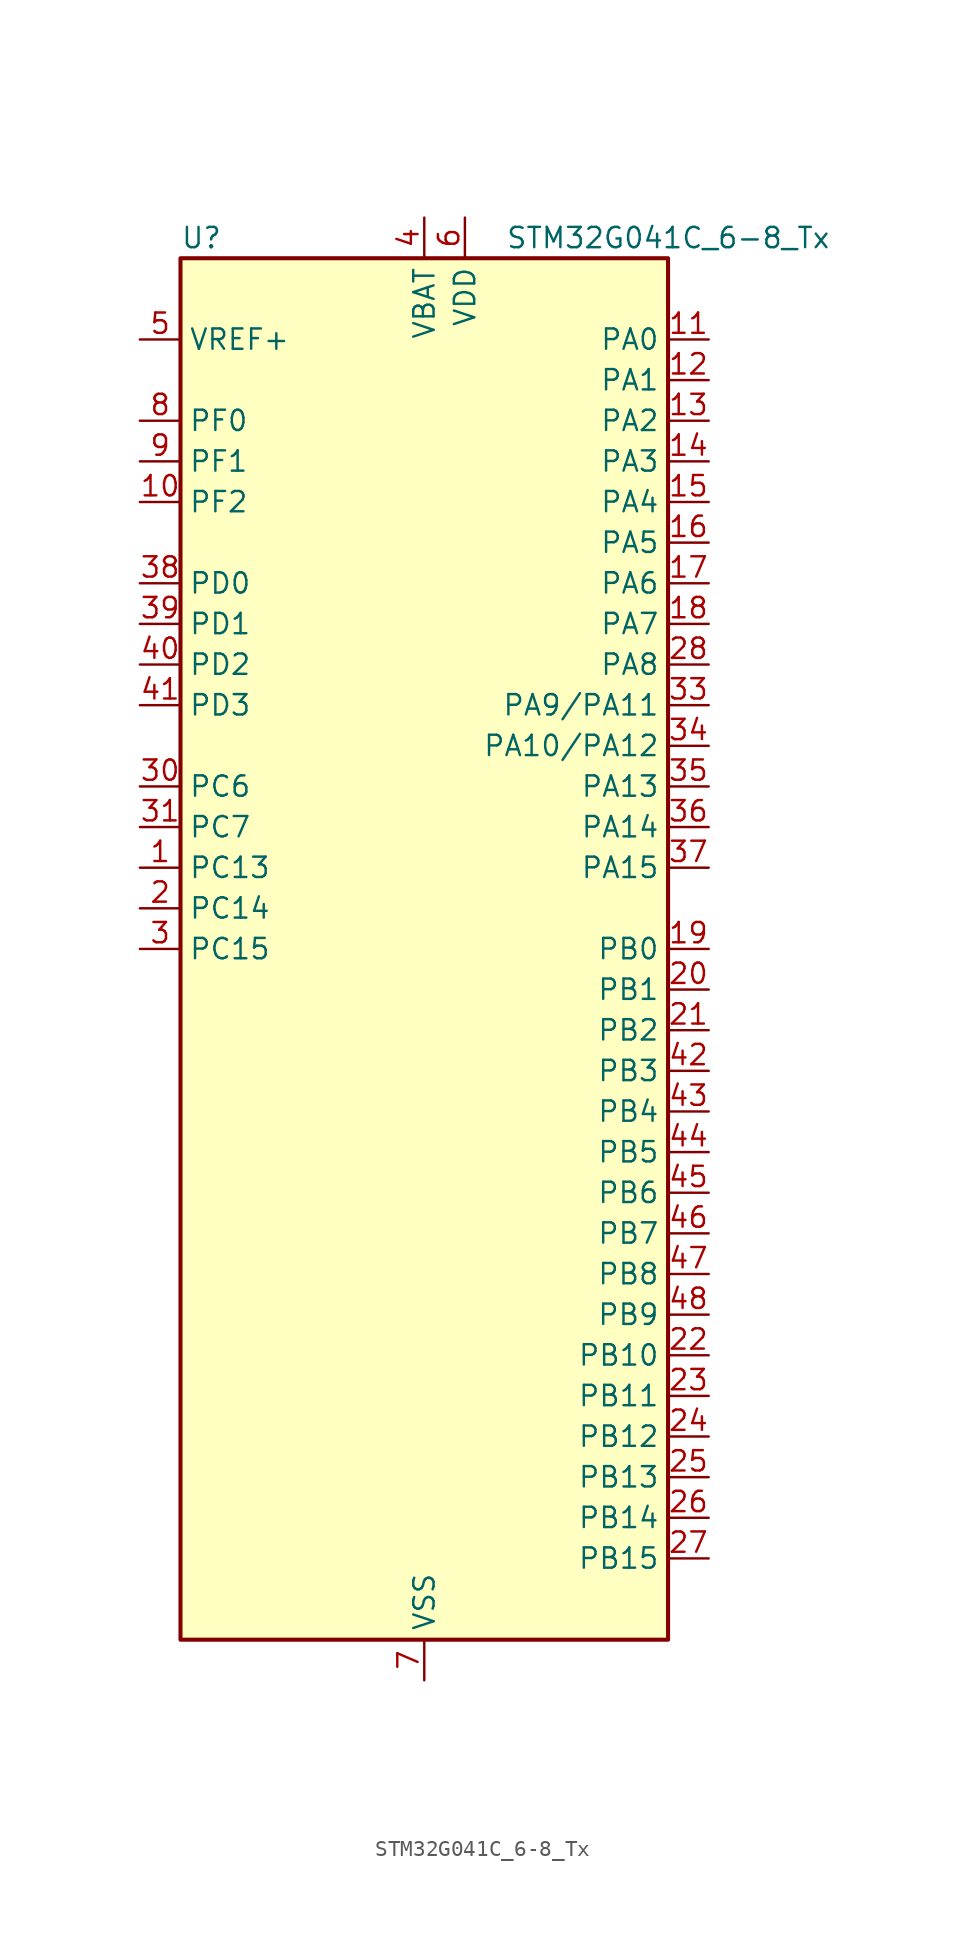
<source format=kicad_sym>
(kicad_symbol_lib
  (version 20241209)
  (generator "kicad_symbol_editor")
  (generator_version "9.0")
  (symbol "STM32G041C_6-8_Tx"
    (property "Reference" "U"
      (at -15.24 44.45 0)
      (effects (font (size 1.27 1.27)) (justify left)))
    (property "Value" "STM32G041C_6-8_Tx"
      (at 5.08 44.45 0)
      (effects (font (size 1.27 1.27)) (justify left)))
    (symbol "STM32G041C_6-8_Tx_0_1"
      (rectangle (start -15.24 -43.18) (end 15.24 43.18) (stroke (width 0.254) (type default)) (fill (type background))))
    (symbol "STM32G041C_6-8_Tx_1_1"
      (pin input line (at -17.78 38.1 0) (length 2.54) (name "VREF+" (effects (font (size 1.27 1.27)))) (number "5" (effects (font (size 1.27 1.27)))) (alternate "VREFBUF_OUT" bidirectional line))
      (pin bidirectional line (at -17.78 33.02 0) (length 2.54) (name "PF0" (effects (font (size 1.27 1.27)))) (number "8" (effects (font (size 1.27 1.27)))) (alternate "RCC_OSC_IN" bidirectional line) (alternate "TIM14_CH1" bidirectional line))
      (pin bidirectional line (at -17.78 30.48 0) (length 2.54) (name "PF1" (effects (font (size 1.27 1.27)))) (number "9" (effects (font (size 1.27 1.27)))) (alternate "RCC_OSC_EN" bidirectional line) (alternate "RCC_OSC_OUT" bidirectional line))
      (pin bidirectional line (at -17.78 27.94 0) (length 2.54) (name "PF2" (effects (font (size 1.27 1.27)))) (number "10" (effects (font (size 1.27 1.27)))) (alternate "RCC_MCO" bidirectional line))
      (pin bidirectional line (at -17.78 22.86 0) (length 2.54) (name "PD0" (effects (font (size 1.27 1.27)))) (number "38" (effects (font (size 1.27 1.27)))) (alternate "SPI2_NSS" bidirectional line) (alternate "TIM16_CH1" bidirectional line))
      (pin bidirectional line (at -17.78 20.32 0) (length 2.54) (name "PD1" (effects (font (size 1.27 1.27)))) (number "39" (effects (font (size 1.27 1.27)))) (alternate "SPI2_SCK" bidirectional line) (alternate "TIM17_CH1" bidirectional line))
      (pin bidirectional line (at -17.78 17.78 0) (length 2.54) (name "PD2" (effects (font (size 1.27 1.27)))) (number "40" (effects (font (size 1.27 1.27)))) (alternate "TIM1_CH1N" bidirectional line) (alternate "TIM3_ETR" bidirectional line))
      (pin bidirectional line (at -17.78 15.24 0) (length 2.54) (name "PD3" (effects (font (size 1.27 1.27)))) (number "41" (effects (font (size 1.27 1.27)))) (alternate "SPI2_MISO" bidirectional line) (alternate "TIM1_CH2N" bidirectional line) (alternate "USART2_CTS" bidirectional line) (alternate "USART2_NSS" bidirectional line))
      (pin bidirectional line (at -17.78 10.16 0) (length 2.54) (name "PC6" (effects (font (size 1.27 1.27)))) (number "30" (effects (font (size 1.27 1.27)))) (alternate "TIM2_CH3" bidirectional line) (alternate "TIM3_CH1" bidirectional line))
      (pin bidirectional line (at -17.78 7.62 0) (length 2.54) (name "PC7" (effects (font (size 1.27 1.27)))) (number "31" (effects (font (size 1.27 1.27)))) (alternate "TIM2_CH4" bidirectional line) (alternate "TIM3_CH2" bidirectional line))
      (pin bidirectional line (at -17.78 5.08 0) (length 2.54) (name "PC13" (effects (font (size 1.27 1.27)))) (number "1" (effects (font (size 1.27 1.27)))) (alternate "RTC_OUT_ALARM" bidirectional line) (alternate "RTC_OUT_CALIB" bidirectional line) (alternate "RTC_TAMP_IN1" bidirectional line) (alternate "RTC_TS" bidirectional line) (alternate "SYS_WKUP2" bidirectional line) (alternate "TIM1_BK" bidirectional line))
      (pin bidirectional line (at -17.78 2.54 0) (length 2.54) (name "PC14" (effects (font (size 1.27 1.27)))) (number "2" (effects (font (size 1.27 1.27)))) (alternate "RCC_OSC32_IN" bidirectional line) (alternate "TIM1_BK2" bidirectional line))
      (pin bidirectional line (at -17.78 0 0) (length 2.54) (name "PC15" (effects (font (size 1.27 1.27)))) (number "3" (effects (font (size 1.27 1.27)))) (alternate "RCC_OSC32_EN" bidirectional line) (alternate "RCC_OSC32_OUT" bidirectional line) (alternate "RCC_OSC_EN" bidirectional line))
      (pin no_connect line (at -15.24 -40.64 0) (length 2.54) (hide yes) (name "NC/PA10" (effects (font (size 1.27 1.27)))) (number "32" (effects (font (size 1.27 1.27)))) (alternate "I2C1_SDA (PA10)" bidirectional line) (alternate "NC" bidirectional line) (alternate "PA10" bidirectional line) (alternate "SPI2_MOSI (PA10)" bidirectional line) (alternate "TIM17_BK (PA10)" bidirectional line) (alternate "TIM1_CH3 (PA10)" bidirectional line) (alternate "USART1_RX (PA10)" bidirectional line))
      (pin no_connect line (at -15.24 -43.18 0) (length 2.54) (hide yes) (name "NC/PA9" (effects (font (size 1.27 1.27)))) (number "29" (effects (font (size 1.27 1.27)))) (alternate "I2C1_SCL (PA9)" bidirectional line) (alternate "NC" bidirectional line) (alternate "PA9" bidirectional line) (alternate "RCC_MCO (PA9)" bidirectional line) (alternate "SPI2_MISO (PA9)" bidirectional line) (alternate "TIM1_CH2 (PA9)" bidirectional line) (alternate "USART1_TX (PA9)" bidirectional line))
      (pin power_in line (at 0 45.72 270) (length 2.54) (name "VBAT" (effects (font (size 1.27 1.27)))) (number "4" (effects (font (size 1.27 1.27)))))
      (pin power_in line (at 0 -45.72 90) (length 2.54) (name "VSS" (effects (font (size 1.27 1.27)))) (number "7" (effects (font (size 1.27 1.27)))))
      (pin power_in line (at 2.54 45.72 270) (length 2.54) (name "VDD" (effects (font (size 1.27 1.27)))) (number "6" (effects (font (size 1.27 1.27)))))
      (pin bidirectional line (at 17.78 38.1 180) (length 2.54) (name "PA0" (effects (font (size 1.27 1.27)))) (number "11" (effects (font (size 1.27 1.27)))) (alternate "ADC1_IN0" bidirectional line) (alternate "LPTIM1_OUT" bidirectional line) (alternate "RTC_TAMP_IN2" bidirectional line) (alternate "SPI2_SCK" bidirectional line) (alternate "SYS_WKUP1" bidirectional line) (alternate "TIM2_CH1" bidirectional line) (alternate "TIM2_ETR" bidirectional line) (alternate "USART2_CTS" bidirectional line) (alternate "USART2_NSS" bidirectional line))
      (pin bidirectional line (at 17.78 35.56 180) (length 2.54) (name "PA1" (effects (font (size 1.27 1.27)))) (number "12" (effects (font (size 1.27 1.27)))) (alternate "ADC1_IN1" bidirectional line) (alternate "I2C1_SMBA" bidirectional line) (alternate "I2S1_CK" bidirectional line) (alternate "SPI1_SCK" bidirectional line) (alternate "TIM2_CH2" bidirectional line) (alternate "USART2_CK" bidirectional line) (alternate "USART2_DE" bidirectional line) (alternate "USART2_RTS" bidirectional line))
      (pin bidirectional line (at 17.78 33.02 180) (length 2.54) (name "PA2" (effects (font (size 1.27 1.27)))) (number "13" (effects (font (size 1.27 1.27)))) (alternate "ADC1_IN2" bidirectional line) (alternate "I2S1_SD" bidirectional line) (alternate "LPUART1_TX" bidirectional line) (alternate "RCC_LSCO" bidirectional line) (alternate "SPI1_MOSI" bidirectional line) (alternate "SYS_WKUP4" bidirectional line) (alternate "TIM2_CH3" bidirectional line) (alternate "USART2_TX" bidirectional line))
      (pin bidirectional line (at 17.78 30.48 180) (length 2.54) (name "PA3" (effects (font (size 1.27 1.27)))) (number "14" (effects (font (size 1.27 1.27)))) (alternate "ADC1_IN3" bidirectional line) (alternate "LPUART1_RX" bidirectional line) (alternate "SPI2_MISO" bidirectional line) (alternate "TIM2_CH4" bidirectional line) (alternate "USART2_RX" bidirectional line))
      (pin bidirectional line (at 17.78 27.94 180) (length 2.54) (name "PA4" (effects (font (size 1.27 1.27)))) (number "15" (effects (font (size 1.27 1.27)))) (alternate "ADC1_IN4" bidirectional line) (alternate "I2S1_WS" bidirectional line) (alternate "LPTIM2_OUT" bidirectional line) (alternate "RTC_OUT_ALARM" bidirectional line) (alternate "RTC_OUT_CALIB" bidirectional line) (alternate "SPI1_NSS" bidirectional line) (alternate "SPI2_MOSI" bidirectional line) (alternate "TIM14_CH1" bidirectional line))
      (pin bidirectional line (at 17.78 25.4 180) (length 2.54) (name "PA5" (effects (font (size 1.27 1.27)))) (number "16" (effects (font (size 1.27 1.27)))) (alternate "ADC1_IN5" bidirectional line) (alternate "I2S1_CK" bidirectional line) (alternate "LPTIM2_ETR" bidirectional line) (alternate "SPI1_SCK" bidirectional line) (alternate "TIM2_CH1" bidirectional line) (alternate "TIM2_ETR" bidirectional line))
      (pin bidirectional line (at 17.78 22.86 180) (length 2.54) (name "PA6" (effects (font (size 1.27 1.27)))) (number "17" (effects (font (size 1.27 1.27)))) (alternate "ADC1_IN6" bidirectional line) (alternate "I2S1_MCK" bidirectional line) (alternate "LPUART1_CTS" bidirectional line) (alternate "SPI1_MISO" bidirectional line) (alternate "TIM16_CH1" bidirectional line) (alternate "TIM1_BK" bidirectional line) (alternate "TIM3_CH1" bidirectional line))
      (pin bidirectional line (at 17.78 20.32 180) (length 2.54) (name "PA7" (effects (font (size 1.27 1.27)))) (number "18" (effects (font (size 1.27 1.27)))) (alternate "ADC1_IN7" bidirectional line) (alternate "I2S1_SD" bidirectional line) (alternate "SPI1_MOSI" bidirectional line) (alternate "TIM14_CH1" bidirectional line) (alternate "TIM17_CH1" bidirectional line) (alternate "TIM1_CH1N" bidirectional line) (alternate "TIM3_CH2" bidirectional line))
      (pin bidirectional line (at 17.78 17.78 180) (length 2.54) (name "PA8" (effects (font (size 1.27 1.27)))) (number "28" (effects (font (size 1.27 1.27)))) (alternate "LPTIM2_OUT" bidirectional line) (alternate "RCC_MCO" bidirectional line) (alternate "SPI2_NSS" bidirectional line) (alternate "TIM1_CH1" bidirectional line))
      (pin bidirectional line (at 17.78 15.24 180) (length 2.54) (name "PA9/PA11" (effects (font (size 1.27 1.27)))) (number "33" (effects (font (size 1.27 1.27)))) (alternate "ADC1_EXTI11 (PA11)" bidirectional line) (alternate "I2C1_SCL (PA9)" bidirectional line) (alternate "I2C2_SCL (PA11)" bidirectional line) (alternate "I2S1_MCK (PA11)" bidirectional line) (alternate "PA11" bidirectional line) (alternate "PA9" bidirectional line) (alternate "RCC_MCO (PA9)" bidirectional line) (alternate "SPI1_MISO (PA11)" bidirectional line) (alternate "SPI2_MISO (PA9)" bidirectional line) (alternate "TIM1_BK2 (PA11)" bidirectional line) (alternate "TIM1_CH2 (PA9)" bidirectional line) (alternate "TIM1_CH4 (PA11)" bidirectional line) (alternate "USART1_CTS (PA11)" bidirectional line) (alternate "USART1_NSS (PA11)" bidirectional line) (alternate "USART1_TX (PA9)" bidirectional line))
      (pin bidirectional line (at 17.78 12.7 180) (length 2.54) (name "PA10/PA12" (effects (font (size 1.27 1.27)))) (number "34" (effects (font (size 1.27 1.27)))) (alternate "I2C1_SDA (PA10)" bidirectional line) (alternate "I2C2_SDA (PA12)" bidirectional line) (alternate "I2S1_SD (PA12)" bidirectional line) (alternate "I2S_CKIN (PA12)" bidirectional line) (alternate "PA10" bidirectional line) (alternate "PA12" bidirectional line) (alternate "SPI1_MOSI (PA12)" bidirectional line) (alternate "SPI2_MOSI (PA10)" bidirectional line) (alternate "TIM17_BK (PA10)" bidirectional line) (alternate "TIM1_CH3 (PA10)" bidirectional line) (alternate "TIM1_ETR (PA12)" bidirectional line) (alternate "USART1_CK (PA12)" bidirectional line) (alternate "USART1_DE (PA12)" bidirectional line) (alternate "USART1_RTS (PA12)" bidirectional line) (alternate "USART1_RX (PA10)" bidirectional line))
      (pin bidirectional line (at 17.78 10.16 180) (length 2.54) (name "PA13" (effects (font (size 1.27 1.27)))) (number "35" (effects (font (size 1.27 1.27)))) (alternate "ADC1_IN17" bidirectional line) (alternate "IR_OUT" bidirectional line) (alternate "SYS_SWDIO" bidirectional line))
      (pin bidirectional line (at 17.78 7.62 180) (length 2.54) (name "PA14" (effects (font (size 1.27 1.27)))) (number "36" (effects (font (size 1.27 1.27)))) (alternate "ADC1_IN18" bidirectional line) (alternate "SYS_SWCLK" bidirectional line) (alternate "USART2_TX" bidirectional line))
      (pin bidirectional line (at 17.78 5.08 180) (length 2.54) (name "PA15" (effects (font (size 1.27 1.27)))) (number "37" (effects (font (size 1.27 1.27)))) (alternate "I2S1_WS" bidirectional line) (alternate "SPI1_NSS" bidirectional line) (alternate "TIM2_CH1" bidirectional line) (alternate "TIM2_ETR" bidirectional line) (alternate "USART2_RX" bidirectional line))
      (pin bidirectional line (at 17.78 0 180) (length 2.54) (name "PB0" (effects (font (size 1.27 1.27)))) (number "19" (effects (font (size 1.27 1.27)))) (alternate "ADC1_IN8" bidirectional line) (alternate "I2S1_WS" bidirectional line) (alternate "LPTIM1_OUT" bidirectional line) (alternate "SPI1_NSS" bidirectional line) (alternate "TIM1_CH2N" bidirectional line) (alternate "TIM3_CH3" bidirectional line))
      (pin bidirectional line (at 17.78 -2.54 180) (length 2.54) (name "PB1" (effects (font (size 1.27 1.27)))) (number "20" (effects (font (size 1.27 1.27)))) (alternate "ADC1_IN9" bidirectional line) (alternate "LPTIM2_IN1" bidirectional line) (alternate "LPUART1_DE" bidirectional line) (alternate "LPUART1_RTS" bidirectional line) (alternate "TIM14_CH1" bidirectional line) (alternate "TIM1_CH3N" bidirectional line) (alternate "TIM3_CH4" bidirectional line))
      (pin bidirectional line (at 17.78 -5.08 180) (length 2.54) (name "PB2" (effects (font (size 1.27 1.27)))) (number "21" (effects (font (size 1.27 1.27)))) (alternate "ADC1_IN10" bidirectional line) (alternate "LPTIM1_OUT" bidirectional line) (alternate "SPI2_MISO" bidirectional line))
      (pin bidirectional line (at 17.78 -7.62 180) (length 2.54) (name "PB3" (effects (font (size 1.27 1.27)))) (number "42" (effects (font (size 1.27 1.27)))) (alternate "I2S1_CK" bidirectional line) (alternate "SPI1_SCK" bidirectional line) (alternate "TIM1_CH2" bidirectional line) (alternate "TIM2_CH2" bidirectional line) (alternate "USART1_CK" bidirectional line) (alternate "USART1_DE" bidirectional line) (alternate "USART1_RTS" bidirectional line))
      (pin bidirectional line (at 17.78 -10.16 180) (length 2.54) (name "PB4" (effects (font (size 1.27 1.27)))) (number "43" (effects (font (size 1.27 1.27)))) (alternate "I2S1_MCK" bidirectional line) (alternate "SPI1_MISO" bidirectional line) (alternate "TIM17_BK" bidirectional line) (alternate "TIM3_CH1" bidirectional line) (alternate "USART1_CTS" bidirectional line) (alternate "USART1_NSS" bidirectional line))
      (pin bidirectional line (at 17.78 -12.7 180) (length 2.54) (name "PB5" (effects (font (size 1.27 1.27)))) (number "44" (effects (font (size 1.27 1.27)))) (alternate "I2C1_SMBA" bidirectional line) (alternate "I2S1_SD" bidirectional line) (alternate "LPTIM1_IN1" bidirectional line) (alternate "SPI1_MOSI" bidirectional line) (alternate "SYS_WKUP6" bidirectional line) (alternate "TIM16_BK" bidirectional line) (alternate "TIM3_CH2" bidirectional line))
      (pin bidirectional line (at 17.78 -15.24 180) (length 2.54) (name "PB6" (effects (font (size 1.27 1.27)))) (number "45" (effects (font (size 1.27 1.27)))) (alternate "I2C1_SCL" bidirectional line) (alternate "LPTIM1_ETR" bidirectional line) (alternate "SPI2_MISO" bidirectional line) (alternate "TIM16_CH1N" bidirectional line) (alternate "TIM1_CH3" bidirectional line) (alternate "USART1_TX" bidirectional line))
      (pin bidirectional line (at 17.78 -17.78 180) (length 2.54) (name "PB7" (effects (font (size 1.27 1.27)))) (number "46" (effects (font (size 1.27 1.27)))) (alternate "I2C1_SDA" bidirectional line) (alternate "LPTIM1_IN2" bidirectional line) (alternate "SPI2_MOSI" bidirectional line) (alternate "SYS_PVD_IN" bidirectional line) (alternate "TIM17_CH1N" bidirectional line) (alternate "USART1_RX" bidirectional line))
      (pin bidirectional line (at 17.78 -20.32 180) (length 2.54) (name "PB8" (effects (font (size 1.27 1.27)))) (number "47" (effects (font (size 1.27 1.27)))) (alternate "I2C1_SCL" bidirectional line) (alternate "SPI2_SCK" bidirectional line) (alternate "TIM16_CH1" bidirectional line))
      (pin bidirectional line (at 17.78 -22.86 180) (length 2.54) (name "PB9" (effects (font (size 1.27 1.27)))) (number "48" (effects (font (size 1.27 1.27)))) (alternate "I2C1_SDA" bidirectional line) (alternate "IR_OUT" bidirectional line) (alternate "SPI2_NSS" bidirectional line) (alternate "TIM17_CH1" bidirectional line))
      (pin bidirectional line (at 17.78 -25.4 180) (length 2.54) (name "PB10" (effects (font (size 1.27 1.27)))) (number "22" (effects (font (size 1.27 1.27)))) (alternate "ADC1_IN11" bidirectional line) (alternate "I2C2_SCL" bidirectional line) (alternate "LPUART1_RX" bidirectional line) (alternate "SPI2_SCK" bidirectional line) (alternate "TIM2_CH3" bidirectional line))
      (pin bidirectional line (at 17.78 -27.94 180) (length 2.54) (name "PB11" (effects (font (size 1.27 1.27)))) (number "23" (effects (font (size 1.27 1.27)))) (alternate "ADC1_EXTI11" bidirectional line) (alternate "ADC1_IN15" bidirectional line) (alternate "I2C2_SDA" bidirectional line) (alternate "LPUART1_TX" bidirectional line) (alternate "SPI2_MOSI" bidirectional line) (alternate "TIM2_CH4" bidirectional line))
      (pin bidirectional line (at 17.78 -30.48 180) (length 2.54) (name "PB12" (effects (font (size 1.27 1.27)))) (number "24" (effects (font (size 1.27 1.27)))) (alternate "ADC1_IN16" bidirectional line) (alternate "LPUART1_DE" bidirectional line) (alternate "LPUART1_RTS" bidirectional line) (alternate "SPI2_NSS" bidirectional line) (alternate "TIM1_BK" bidirectional line))
      (pin bidirectional line (at 17.78 -33.02 180) (length 2.54) (name "PB13" (effects (font (size 1.27 1.27)))) (number "25" (effects (font (size 1.27 1.27)))) (alternate "I2C2_SCL" bidirectional line) (alternate "LPUART1_CTS" bidirectional line) (alternate "SPI2_SCK" bidirectional line) (alternate "TIM1_CH1N" bidirectional line))
      (pin bidirectional line (at 17.78 -35.56 180) (length 2.54) (name "PB14" (effects (font (size 1.27 1.27)))) (number "26" (effects (font (size 1.27 1.27)))) (alternate "I2C2_SDA" bidirectional line) (alternate "SPI2_MISO" bidirectional line) (alternate "TIM1_CH2N" bidirectional line))
      (pin bidirectional line (at 17.78 -38.1 180) (length 2.54) (name "PB15" (effects (font (size 1.27 1.27)))) (number "27" (effects (font (size 1.27 1.27)))) (alternate "RTC_REFIN" bidirectional line) (alternate "SPI2_MOSI" bidirectional line) (alternate "TIM1_CH3N" bidirectional line)))))
</source>
